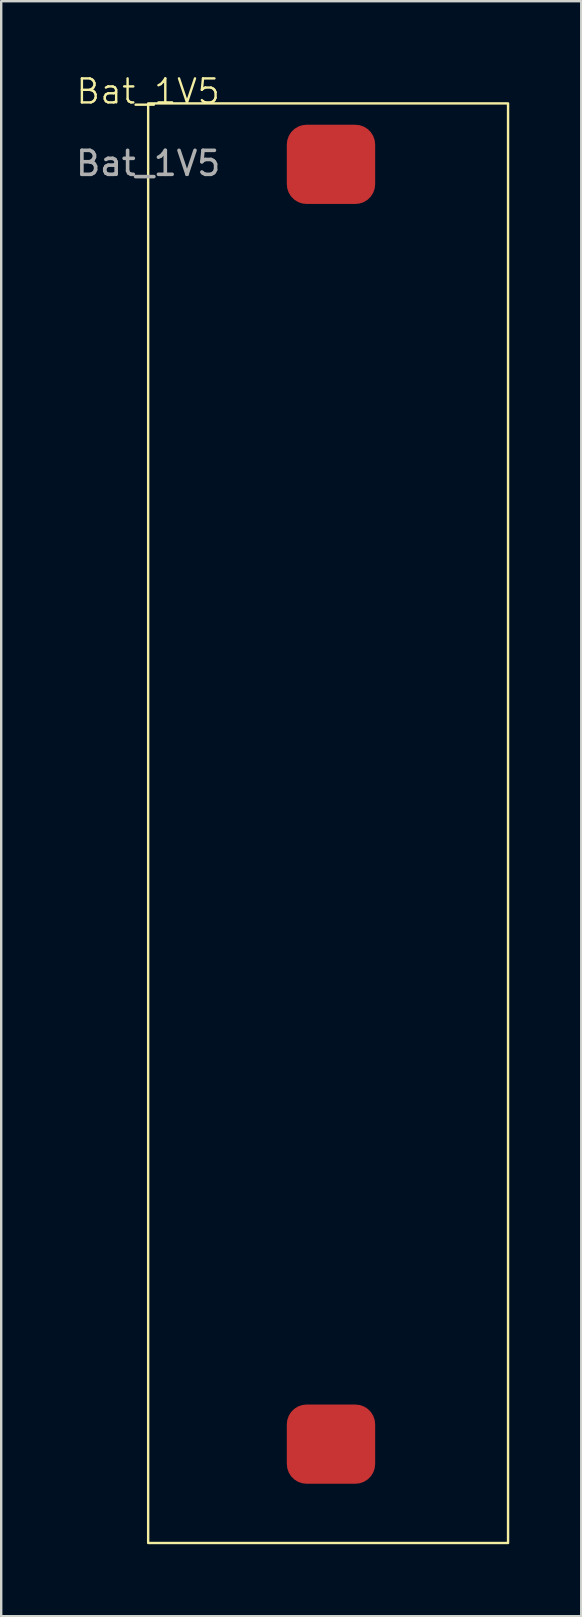
<source format=kicad_pcb>
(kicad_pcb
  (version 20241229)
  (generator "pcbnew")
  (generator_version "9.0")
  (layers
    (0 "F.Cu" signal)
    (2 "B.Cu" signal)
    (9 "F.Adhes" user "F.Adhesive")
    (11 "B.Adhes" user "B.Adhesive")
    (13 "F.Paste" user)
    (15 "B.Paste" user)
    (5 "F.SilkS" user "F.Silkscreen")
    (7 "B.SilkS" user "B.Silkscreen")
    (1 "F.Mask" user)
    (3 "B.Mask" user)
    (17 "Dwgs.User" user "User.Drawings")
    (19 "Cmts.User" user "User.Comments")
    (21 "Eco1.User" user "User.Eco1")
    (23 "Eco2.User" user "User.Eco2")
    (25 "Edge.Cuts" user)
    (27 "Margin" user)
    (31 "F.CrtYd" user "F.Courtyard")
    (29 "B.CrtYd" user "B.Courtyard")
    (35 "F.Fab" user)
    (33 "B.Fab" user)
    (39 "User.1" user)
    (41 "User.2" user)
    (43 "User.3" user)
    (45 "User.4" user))
  (footprint "Bat_1V5"
    (layer "F.Cu")
    (at 3.125 1.26)
    (property "Reference" "Bat_1V5" (at 0 -0.5 0) (unlocked yes) (layer "F.SilkS") (effects (font (size 1 1) (thickness 0.1))))
    (attr smd)
    (fp_rect (start 0 0) (end 15 60) (stroke (width 0.1) (type default)) (fill no) (layer "F.SilkS"))
    (fp_text user "${REFERENCE}" (at 0 2.5 0) (unlocked yes) (layer "F.Fab") (effects (font (size 1 1) (thickness 0.15))))
    (pad "V+" smd roundrect (at 7.62 2.54) (size 3.683 3.302) (layers "F.Cu" "F.Mask" "F.Paste") (roundrect_rratio 0.25))
    (pad "V-" smd roundrect (at 7.62 55.88) (size 3.683 3.302) (layers "F.Cu" "F.Mask" "F.Paste") (roundrect_rratio 0.25)))
  (gr_rect
    (start -3 -3)
    (end 21.175 64.311)
    (stroke (width 0.1) (type default))
    (fill no)
    (layer "Edge.Cuts")))
</source>
